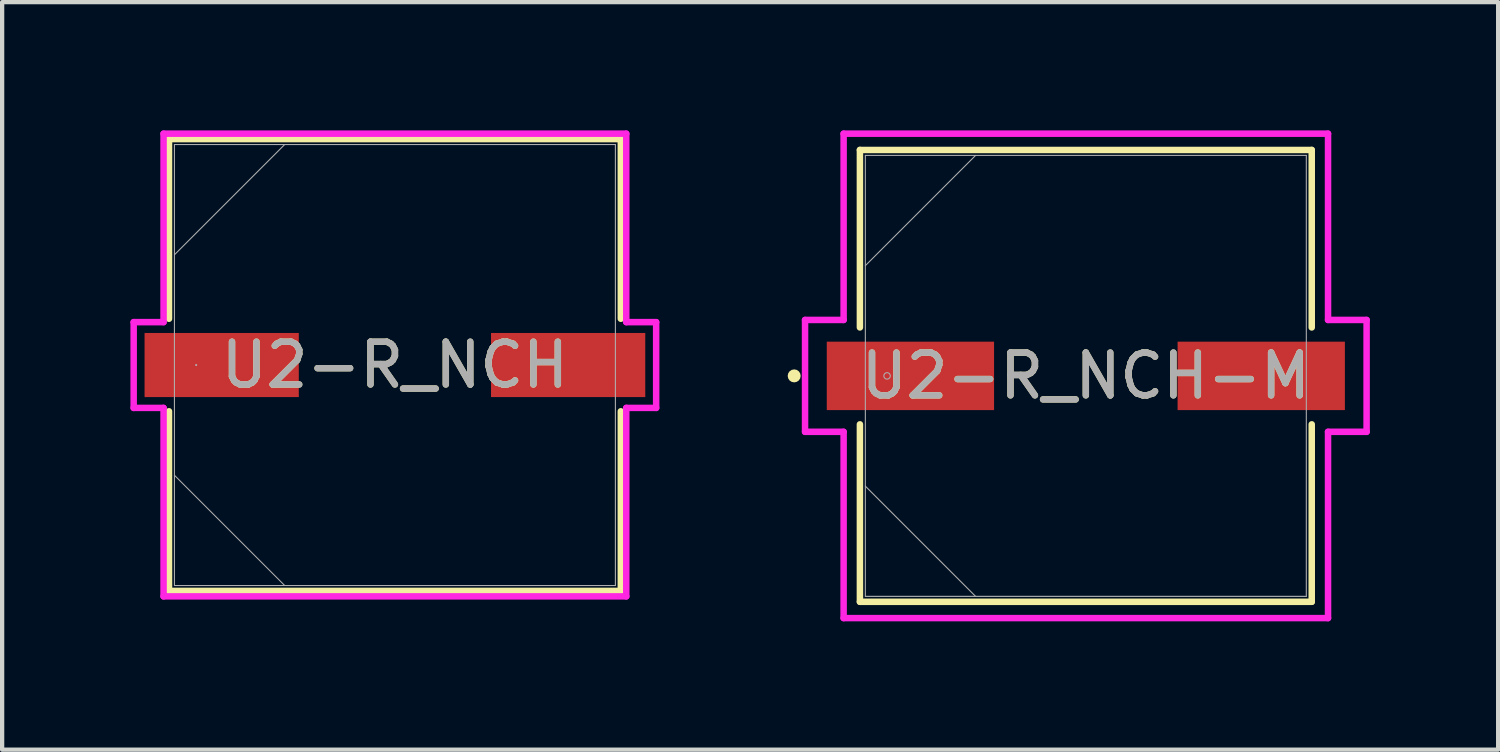
<source format=kicad_pcb>
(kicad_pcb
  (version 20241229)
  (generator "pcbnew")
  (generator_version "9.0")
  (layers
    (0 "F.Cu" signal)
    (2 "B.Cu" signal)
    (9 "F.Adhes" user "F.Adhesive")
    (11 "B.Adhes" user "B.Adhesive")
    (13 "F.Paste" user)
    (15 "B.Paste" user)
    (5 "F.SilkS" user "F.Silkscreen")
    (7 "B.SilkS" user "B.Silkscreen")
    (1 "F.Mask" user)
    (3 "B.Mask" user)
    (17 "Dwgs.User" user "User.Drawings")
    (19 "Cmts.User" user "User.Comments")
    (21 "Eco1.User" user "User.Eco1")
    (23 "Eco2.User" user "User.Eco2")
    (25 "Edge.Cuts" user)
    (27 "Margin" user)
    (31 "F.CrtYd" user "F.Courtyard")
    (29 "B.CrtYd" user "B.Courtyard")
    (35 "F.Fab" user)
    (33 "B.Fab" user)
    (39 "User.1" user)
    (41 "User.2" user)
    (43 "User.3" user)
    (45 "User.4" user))
  (footprint "U2-R_NCH-M"
    (layer "F.Cu")
    (at 22.342 5.74)
    (property "Reference" "U2-R_NCH-M" (at 0 0 0) (unlocked yes) (layer "F.SilkS") (effects (font (size 1 1) (thickness 0.15))))
    (attr smd)
    (fp_line (start -5.283 -5.283) (end -5.283 -1.133) (stroke (width 0.152) (type solid)) (layer "F.SilkS"))
    (fp_line (start -5.283 1.133) (end -5.283 5.283) (stroke (width 0.152) (type solid)) (layer "F.SilkS"))
    (fp_line (start -5.283 5.283) (end 5.283 5.283) (stroke (width 0.152) (type solid)) (layer "F.SilkS"))
    (fp_line (start 5.283 -5.283) (end -5.283 -5.283) (stroke (width 0.152) (type solid)) (layer "F.SilkS"))
    (fp_line (start 5.283 -1.133) (end 5.283 -5.283) (stroke (width 0.152) (type solid)) (layer "F.SilkS"))
    (fp_line (start 5.283 5.283) (end 5.283 1.133) (stroke (width 0.152) (type solid)) (layer "F.SilkS"))
    (fp_circle (center -6.82 0) (end -6.744 0) (stroke (width 0.152) (type solid)) (fill no) (layer "F.SilkS"))
    (fp_line (start -6.566 -1.308) (end -5.664 -1.308) (stroke (width 0.152) (type solid)) (layer "F.CrtYd"))
    (fp_line (start -6.566 1.308) (end -6.566 -1.308) (stroke (width 0.152) (type solid)) (layer "F.CrtYd"))
    (fp_line (start -5.664 -5.664) (end 5.664 -5.664) (stroke (width 0.152) (type solid)) (layer "F.CrtYd"))
    (fp_line (start -5.664 -1.308) (end -5.664 -5.664) (stroke (width 0.152) (type solid)) (layer "F.CrtYd"))
    (fp_line (start -5.664 1.308) (end -6.566 1.308) (stroke (width 0.152) (type solid)) (layer "F.CrtYd"))
    (fp_line (start -5.664 5.664) (end -5.664 1.308) (stroke (width 0.152) (type solid)) (layer "F.CrtYd"))
    (fp_line (start 5.664 -5.664) (end 5.664 -1.308) (stroke (width 0.152) (type solid)) (layer "F.CrtYd"))
    (fp_line (start 5.664 -1.308) (end 6.566 -1.308) (stroke (width 0.152) (type solid)) (layer "F.CrtYd"))
    (fp_line (start 5.664 1.308) (end 5.664 5.664) (stroke (width 0.152) (type solid)) (layer "F.CrtYd"))
    (fp_line (start 5.664 5.664) (end -5.664 5.664) (stroke (width 0.152) (type solid)) (layer "F.CrtYd"))
    (fp_line (start 6.566 -1.308) (end 6.566 1.308) (stroke (width 0.152) (type solid)) (layer "F.CrtYd"))
    (fp_line (start 6.566 1.308) (end 5.664 1.308) (stroke (width 0.152) (type solid)) (layer "F.CrtYd"))
    (fp_line (start -5.156 -5.156) (end -5.156 5.156) (stroke (width 0.025) (type solid)) (layer "F.Fab"))
    (fp_line (start -5.156 -2.578) (end -2.578 -5.156) (stroke (width 0.025) (type solid)) (layer "F.Fab"))
    (fp_line (start -5.156 2.578) (end -2.578 5.156) (stroke (width 0.025) (type solid)) (layer "F.Fab"))
    (fp_line (start -5.156 5.156) (end 5.156 5.156) (stroke (width 0.025) (type solid)) (layer "F.Fab"))
    (fp_line (start 5.156 -5.156) (end -5.156 -5.156) (stroke (width 0.025) (type solid)) (layer "F.Fab"))
    (fp_line (start 5.156 5.156) (end 5.156 -5.156) (stroke (width 0.025) (type solid)) (layer "F.Fab"))
    (fp_circle (center -4.648 0) (end -4.572 0) (stroke (width 0.025) (type solid)) (fill no) (layer "F.Fab"))
    (fp_text user "${REFERENCE}" (at 0 0 0) (unlocked yes) (layer "F.Fab") (effects (font (size 1 1) (thickness 0.15))))
    (pad "1" smd rect (at -4.102 0) (size 3.912 1.6) (layers "F.Cu" "F.Mask" "F.Paste"))
    (pad "2" smd rect (at 4.102 0) (size 3.912 1.6) (layers "F.Cu" "F.Mask" "F.Paste"))
    (zone (net_name "") (layer "F.Cu") (hatch full 0.508) (connect_pads) (min_thickness 0.254) (filled_areas_thickness no) (keepout (tracks not_allowed) (vias not_allowed) (pads allowed) (copperpour not_allowed) (footprints allowed)) (placement (enabled no)) (fill) (polygon (pts (xy 17.237 0.635) (xy 27.448 0.635) (xy 27.448 4.889) (xy 17.237 4.889))))
    (zone (net_name "") (layer "F.Cu") (hatch full 0.508) (connect_pads) (min_thickness 0.254) (filled_areas_thickness no) (keepout (tracks not_allowed) (vias not_allowed) (pads allowed) (copperpour not_allowed) (footprints allowed)) (placement (enabled no)) (fill) (polygon (pts (xy 17.237 6.591) (xy 27.448 6.591) (xy 27.448 10.846) (xy 17.237 10.846))))
    (zone (net_name "") (layer "F.Cu") (hatch full 0.508) (connect_pads) (min_thickness 0.254) (filled_areas_thickness no) (keepout (tracks not_allowed) (vias not_allowed) (pads allowed) (copperpour not_allowed) (footprints allowed)) (placement (enabled no)) (fill) (polygon (pts (xy 20.247 4.889) (xy 24.438 4.889) (xy 24.438 6.591) (xy 20.247 6.591)))))
  (footprint "U2-R_NCH"
    (layer "F.Cu")
    (at 6.185 5.486)
    (property "Reference" "U2-R_NCH" (at 0 0 0) (unlocked yes) (layer "F.SilkS") (effects (font (size 1 1) (thickness 0.15))))
    (attr smd)
    (fp_line (start -5.283 -5.283) (end -5.283 -1.082) (stroke (width 0.152) (type solid)) (layer "F.SilkS"))
    (fp_line (start -5.283 1.082) (end -5.283 5.283) (stroke (width 0.152) (type solid)) (layer "F.SilkS"))
    (fp_line (start -5.283 5.283) (end 5.283 5.283) (stroke (width 0.152) (type solid)) (layer "F.SilkS"))
    (fp_line (start 5.283 -5.283) (end -5.283 -5.283) (stroke (width 0.152) (type solid)) (layer "F.SilkS"))
    (fp_line (start 5.283 -1.082) (end 5.283 -5.283) (stroke (width 0.152) (type solid)) (layer "F.SilkS"))
    (fp_line (start 5.283 5.283) (end 5.283 1.082) (stroke (width 0.152) (type solid)) (layer "F.SilkS"))
    (fp_line (start -6.109 -1.003) (end -5.41 -1.003) (stroke (width 0.152) (type solid)) (layer "F.CrtYd"))
    (fp_line (start -6.109 1.003) (end -6.109 -1.003) (stroke (width 0.152) (type solid)) (layer "F.CrtYd"))
    (fp_line (start -5.41 -5.41) (end 5.41 -5.41) (stroke (width 0.152) (type solid)) (layer "F.CrtYd"))
    (fp_line (start -5.41 -1.003) (end -5.41 -5.41) (stroke (width 0.152) (type solid)) (layer "F.CrtYd"))
    (fp_line (start -5.41 1.003) (end -6.109 1.003) (stroke (width 0.152) (type solid)) (layer "F.CrtYd"))
    (fp_line (start -5.41 5.41) (end -5.41 1.003) (stroke (width 0.152) (type solid)) (layer "F.CrtYd"))
    (fp_line (start 5.41 -5.41) (end 5.41 -1.003) (stroke (width 0.152) (type solid)) (layer "F.CrtYd"))
    (fp_line (start 5.41 -1.003) (end 6.109 -1.003) (stroke (width 0.152) (type solid)) (layer "F.CrtYd"))
    (fp_line (start 5.41 1.003) (end 5.41 5.41) (stroke (width 0.152) (type solid)) (layer "F.CrtYd"))
    (fp_line (start 5.41 5.41) (end -5.41 5.41) (stroke (width 0.152) (type solid)) (layer "F.CrtYd"))
    (fp_line (start 6.109 -1.003) (end 6.109 1.003) (stroke (width 0.152) (type solid)) (layer "F.CrtYd"))
    (fp_line (start 6.109 1.003) (end 5.41 1.003) (stroke (width 0.152) (type solid)) (layer "F.CrtYd"))
    (fp_line (start -5.156 -5.156) (end -5.156 5.156) (stroke (width 0.025) (type solid)) (layer "F.Fab"))
    (fp_line (start -5.156 -2.578) (end -2.578 -5.156) (stroke (width 0.025) (type solid)) (layer "F.Fab"))
    (fp_line (start -5.156 2.578) (end -2.578 5.156) (stroke (width 0.025) (type solid)) (layer "F.Fab"))
    (fp_line (start -5.156 5.156) (end 5.156 5.156) (stroke (width 0.025) (type solid)) (layer "F.Fab"))
    (fp_line (start 5.156 -5.156) (end -5.156 -5.156) (stroke (width 0.025) (type solid)) (layer "F.Fab"))
    (fp_line (start 5.156 5.156) (end 5.156 -5.156) (stroke (width 0.025) (type solid)) (layer "F.Fab"))
    (fp_circle (center -4.648 0) (end -4.648 0) (stroke (width 0.025) (type solid)) (fill no) (layer "F.Fab"))
    (fp_text user "${REFERENCE}" (at 0 0 0) (unlocked yes) (layer "F.Fab") (effects (font (size 1 1) (thickness 0.15))))
    (pad "1" smd rect (at -4.051 0) (size 3.607 1.499) (layers "F.Cu" "F.Mask" "F.Paste"))
    (pad "2" smd rect (at 4.051 0) (size 3.607 1.499) (layers "F.Cu" "F.Mask" "F.Paste"))
    (zone (net_name "") (layer "F.Cu") (hatch full 0.508) (connect_pads) (min_thickness 0.254) (filled_areas_thickness no) (keepout (tracks not_allowed) (vias not_allowed) (pads allowed) (copperpour not_allowed) (footprints allowed)) (placement (enabled no)) (fill) (polygon (pts (xy 1.079 0.381) (xy 11.29 0.381) (xy 11.29 4.686) (xy 1.079 4.686))))
    (zone (net_name "") (layer "F.Cu") (hatch full 0.508) (connect_pads) (min_thickness 0.254) (filled_areas_thickness no) (keepout (tracks not_allowed) (vias not_allowed) (pads allowed) (copperpour not_allowed) (footprints allowed)) (placement (enabled no)) (fill) (polygon (pts (xy 1.079 6.287) (xy 11.29 6.287) (xy 11.29 10.592) (xy 1.079 10.592))))
    (zone (net_name "") (layer "F.Cu") (hatch full 0.508) (connect_pads) (min_thickness 0.254) (filled_areas_thickness no) (keepout (tracks not_allowed) (vias not_allowed) (pads allowed) (copperpour not_allowed) (footprints allowed)) (placement (enabled no)) (fill) (polygon (pts (xy 3.988 4.686) (xy 8.382 4.686) (xy 8.382 6.287) (xy 3.988 6.287)))))
  (gr_rect
    (start -3 -3)
    (end 31.984 14.481)
    (stroke (width 0.1) (type default))
    (fill no)
    (layer "Edge.Cuts")))
</source>
